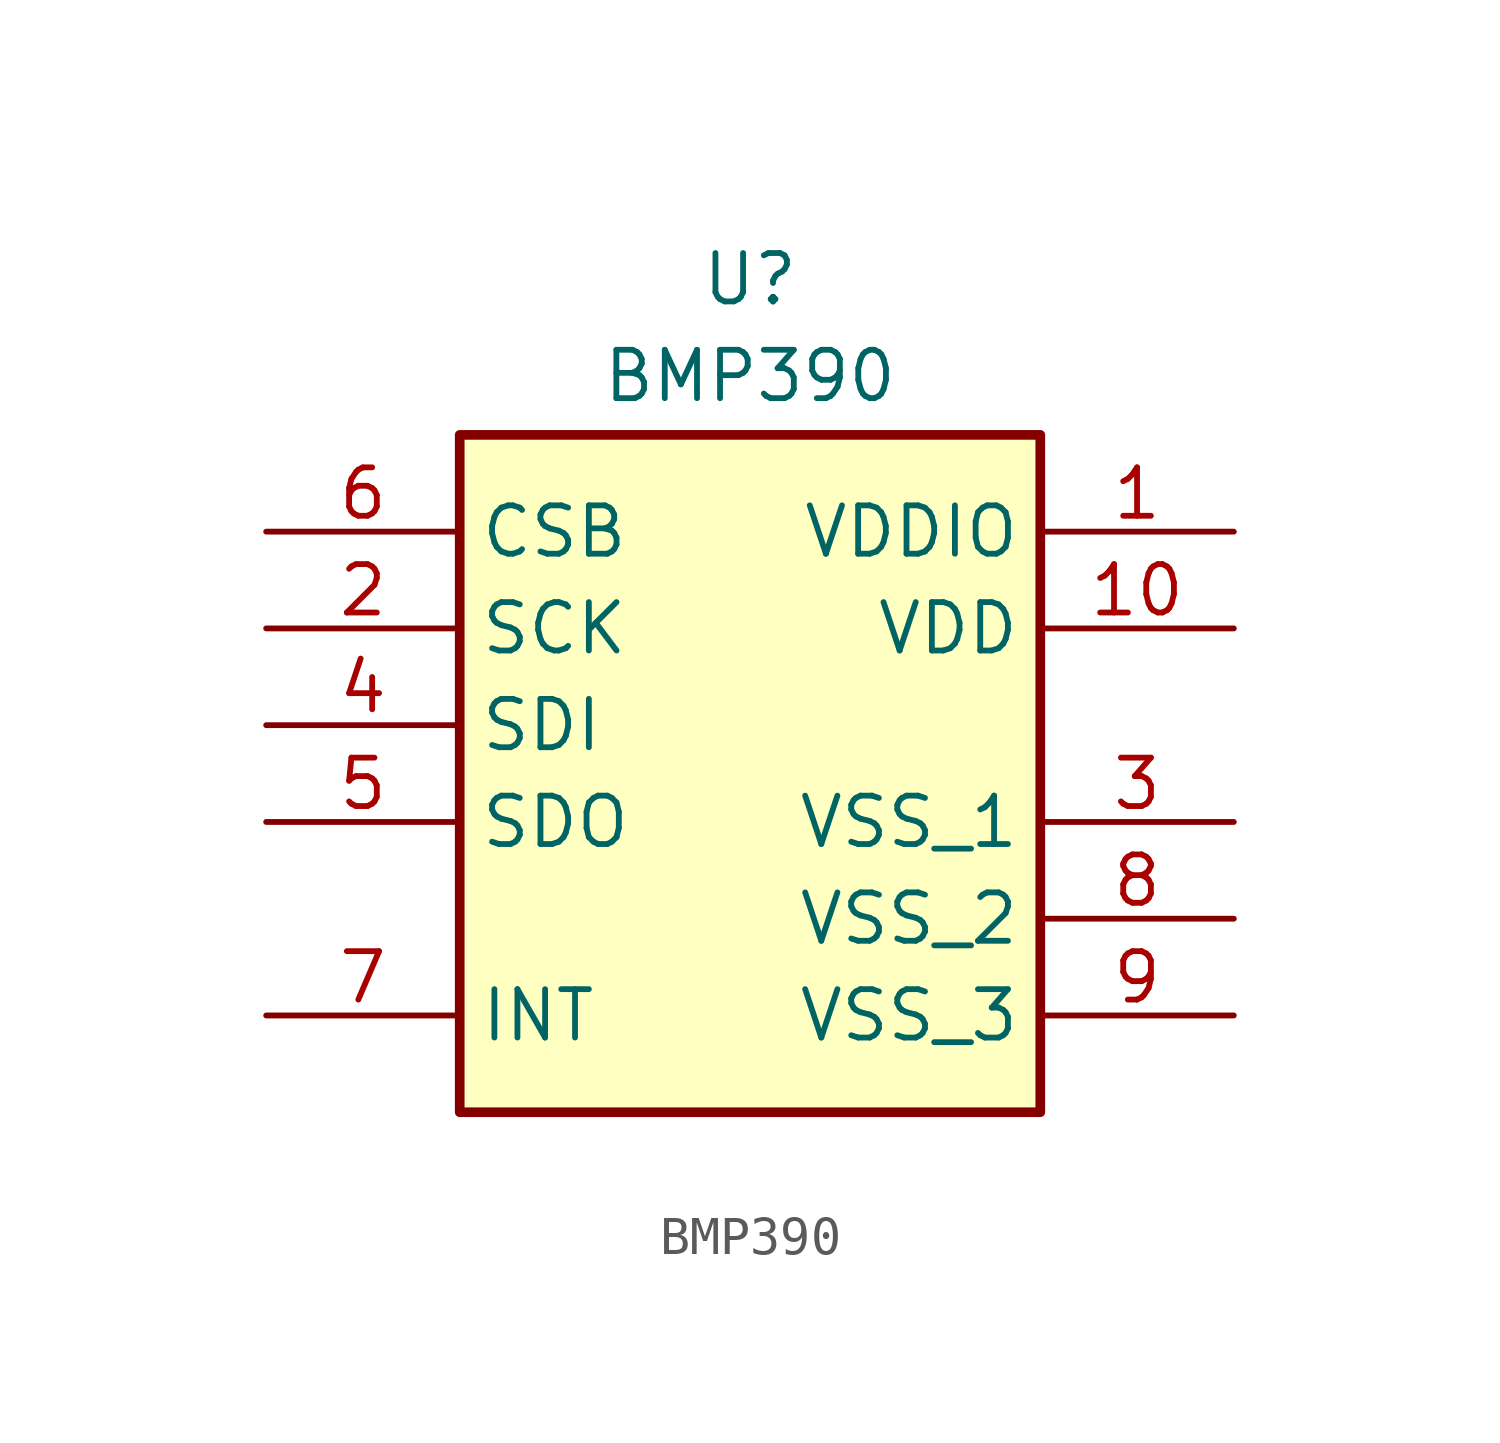
<source format=kicad_sym>
(kicad_symbol_lib
  (version 20241209)
  (generator "kicad_symbol_editor")
  (generator_version "9.0")
  (symbol "BMP390"
    (property "Reference" "U"
      (at 0 13.716 0)
      (effects (font (size 1.27 1.27)) (justify top)))
    (property "Value" "BMP390"
      (at 0 11.176 0)
      (effects (font (size 1.27 1.27)) (justify top)))
    (symbol "BMP390_1_1"
      (rectangle (start -7.62 8.89) (end 7.62 -8.89) (stroke (width 0.254) (type default)) (fill (type background)))
      (pin passive line (at -12.7 6.35 0) (length 5.08) (name "CSB" (effects (font (size 1.27 1.27)))) (number "6" (effects (font (size 1.27 1.27)))))
      (pin passive line (at -12.7 3.81 0) (length 5.08) (name "SCK" (effects (font (size 1.27 1.27)))) (number "2" (effects (font (size 1.27 1.27)))))
      (pin passive line (at -12.7 1.27 0) (length 5.08) (name "SDI" (effects (font (size 1.27 1.27)))) (number "4" (effects (font (size 1.27 1.27)))))
      (pin passive line (at -12.7 -1.27 0) (length 5.08) (name "SDO" (effects (font (size 1.27 1.27)))) (number "5" (effects (font (size 1.27 1.27)))))
      (pin passive line (at -12.7 -6.35 0) (length 5.08) (name "INT" (effects (font (size 1.27 1.27)))) (number "7" (effects (font (size 1.27 1.27)))))
      (pin passive line (at 12.7 6.35 180) (length 5.08) (name "VDDIO" (effects (font (size 1.27 1.27)))) (number "1" (effects (font (size 1.27 1.27)))))
      (pin passive line (at 12.7 3.81 180) (length 5.08) (name "VDD" (effects (font (size 1.27 1.27)))) (number "10" (effects (font (size 1.27 1.27)))))
      (pin passive line (at 12.7 -1.27 180) (length 5.08) (name "VSS_1" (effects (font (size 1.27 1.27)))) (number "3" (effects (font (size 1.27 1.27)))))
      (pin passive line (at 12.7 -3.81 180) (length 5.08) (name "VSS_2" (effects (font (size 1.27 1.27)))) (number "8" (effects (font (size 1.27 1.27)))))
      (pin passive line (at 12.7 -6.35 180) (length 5.08) (name "VSS_3" (effects (font (size 1.27 1.27)))) (number "9" (effects (font (size 1.27 1.27))))))))
</source>
